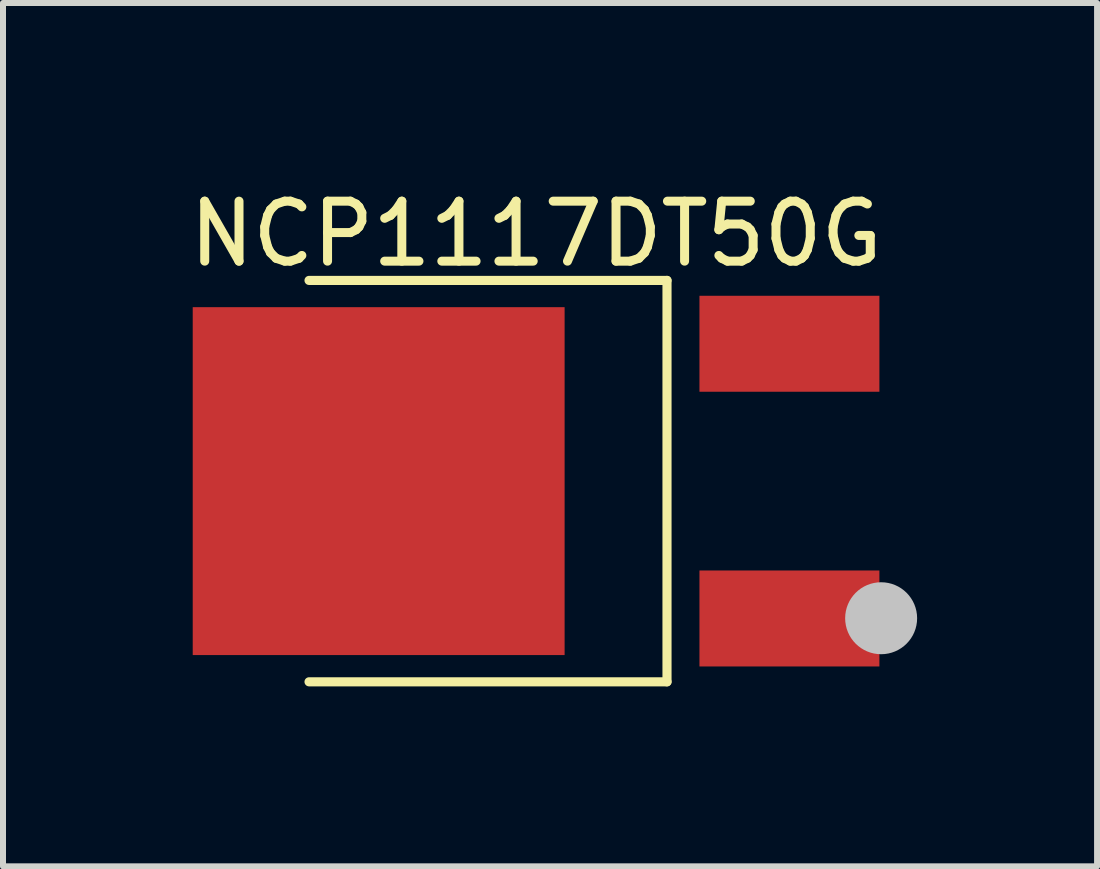
<source format=kicad_pcb>
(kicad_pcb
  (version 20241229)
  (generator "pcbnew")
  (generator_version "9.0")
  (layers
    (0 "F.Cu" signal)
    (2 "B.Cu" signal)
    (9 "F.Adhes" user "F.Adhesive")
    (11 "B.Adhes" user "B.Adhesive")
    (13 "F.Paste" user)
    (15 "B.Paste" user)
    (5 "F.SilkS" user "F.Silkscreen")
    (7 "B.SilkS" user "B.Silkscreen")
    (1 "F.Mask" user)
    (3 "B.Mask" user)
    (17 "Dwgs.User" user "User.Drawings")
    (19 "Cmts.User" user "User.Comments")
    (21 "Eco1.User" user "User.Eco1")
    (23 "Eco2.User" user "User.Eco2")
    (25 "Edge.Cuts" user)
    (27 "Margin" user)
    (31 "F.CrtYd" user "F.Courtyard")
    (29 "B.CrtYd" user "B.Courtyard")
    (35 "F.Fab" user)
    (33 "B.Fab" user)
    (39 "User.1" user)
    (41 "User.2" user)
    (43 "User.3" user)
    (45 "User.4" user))
  (footprint "NCP1117DT50G"
    (layer "F.Cu")
    (at 6.687 4.971)
    (property "Reference" "NCP1117DT50G" (at -0.8 -4.122 0) (layer "F.SilkS") (effects (font (size 1 1) (thickness 0.15))))
    (fp_line (start -4.585 -3.346) (end 1.383 -3.346) (stroke (width 0.152) (type default)) (layer "F.SilkS"))
    (fp_line (start -4.585 3.346) (end 1.383 3.346) (stroke (width 0.152) (type default)) (layer "F.SilkS"))
    (fp_line (start 1.383 3.346) (end 1.383 -3.346) (stroke (width 0.152) (type default)) (layer "F.SilkS"))
    (fp_circle (center 4.953 2.286) (end 5.253 2.286) (stroke (width 0.6) (type default)) (fill no) (layer "Dwgs.User"))
    (fp_poly (pts (xy 1.212 -1.91) (xy 1.212 -2.67) (xy 2.381 -2.67) (xy 2.381 -1.91)) (stroke (width 0.1) (type default)) (fill no) (layer "User.1"))
    (fp_poly (pts (xy 1.212 2.67) (xy 1.212 1.91) (xy 2.381 1.91) (xy 2.381 2.67)) (stroke (width 0.1) (type default)) (fill no) (layer "User.1"))
    (fp_poly (pts (xy 2.372 -1.91) (xy 2.372 -2.67) (xy 3.962 -2.67) (xy 3.962 -1.91)) (stroke (width 0.1) (type default)) (fill no) (layer "User.1"))
    (fp_poly (pts (xy 2.372 2.67) (xy 2.372 1.91) (xy 3.962 1.91) (xy 3.962 2.67)) (stroke (width 0.1) (type default)) (fill no) (layer "User.1"))
    (fp_poly (pts (xy -4.954 -2.505) (xy -0.938 -2.505) (xy -0.938 2.505) (xy -4.954 2.505) (xy -5.954 1.505) (xy -5.954 -1.505)) (stroke (width 0.1) (type default)) (fill no) (layer "User.1"))
    (fp_line (start -4.873 -3.3) (end 1.222 -3.3) (stroke (width 0.051) (type default)) (layer "User.2"))
    (fp_line (start -4.873 3.3) (end -4.873 -3.3) (stroke (width 0.051) (type default)) (layer "User.2"))
    (fp_line (start 1.222 -3.3) (end 1.222 3.3) (stroke (width 0.051) (type default)) (layer "User.2"))
    (fp_line (start 1.222 3.3) (end -4.873 3.3) (stroke (width 0.051) (type default)) (layer "User.2"))
    (fp_poly (pts (xy 4.021 3.3) (xy 4.004 3.258) (xy 3.962 3.24) (xy 3.919 3.258) (xy 3.901 3.3) (xy 3.919 3.342) (xy 3.962 3.36) (xy 4.004 3.342)) (stroke (width 0.1) (type default)) (fill no) (layer "User.3"))
    (pad "1" smd rect (at 3.424 2.29) (size 3 1.6) (layers "F.Cu" "F.Mask" "F.Paste"))
    (pad "2" smd rect (at -3.424 0) (size 6.2 5.8) (layers "F.Cu" "F.Mask" "F.Paste"))
    (pad "3" smd rect (at 3.424 -2.29) (size 3 1.6) (layers "F.Cu" "F.Mask" "F.Paste")))
  (gr_rect
    (start -3 -3)
    (end 15.24 11.393)
    (stroke (width 0.1) (type default))
    (fill no)
    (layer "Edge.Cuts")))
</source>
